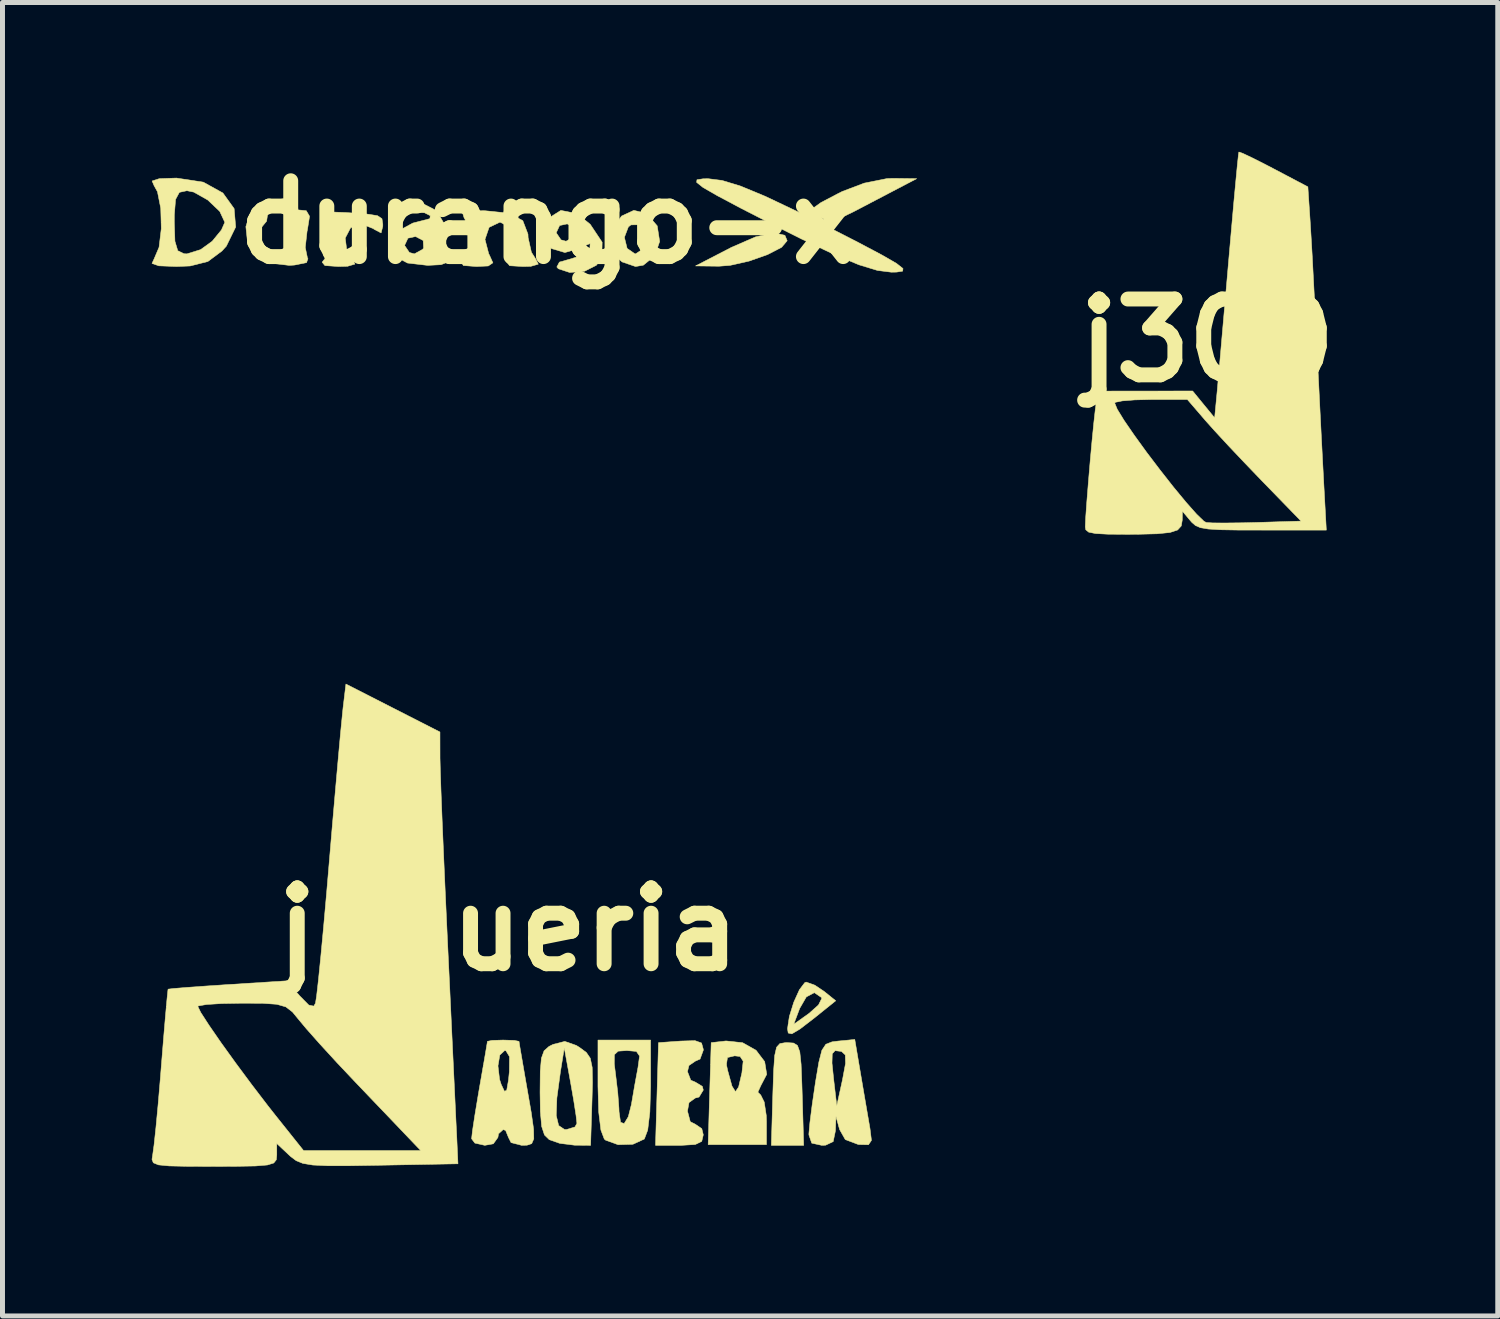
<source format=kicad_pcb>
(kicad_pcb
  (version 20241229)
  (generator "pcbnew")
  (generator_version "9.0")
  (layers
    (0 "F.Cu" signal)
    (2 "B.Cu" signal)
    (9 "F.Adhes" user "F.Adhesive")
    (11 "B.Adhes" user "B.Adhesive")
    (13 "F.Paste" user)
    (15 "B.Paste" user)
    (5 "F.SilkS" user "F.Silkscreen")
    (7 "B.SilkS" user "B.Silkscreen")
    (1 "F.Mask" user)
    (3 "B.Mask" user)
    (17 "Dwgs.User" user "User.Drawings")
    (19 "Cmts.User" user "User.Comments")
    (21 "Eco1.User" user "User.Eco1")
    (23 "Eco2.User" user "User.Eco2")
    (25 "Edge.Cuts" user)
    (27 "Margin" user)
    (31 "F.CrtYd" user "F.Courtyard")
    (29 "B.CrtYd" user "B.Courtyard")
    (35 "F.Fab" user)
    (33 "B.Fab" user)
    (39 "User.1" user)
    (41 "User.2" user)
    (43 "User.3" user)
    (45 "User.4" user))
  (footprint "durango-x"
    (layer "F.Cu")
    (at 7.946 1.418)
    (property "Reference" "durango-x" (at 0 0 0) (layer "F.SilkS") (effects (font (size 1.524 1.524) (thickness 0.3))))
    (attr through_hole)
    (fp_poly (pts (xy 4.781 0.262) (xy 4.826 0.371) (xy 4.714 0.503) (xy 4.432 0.649) (xy 4.06 0.78) (xy 3.678 0.866) (xy 3.456 0.883) (xy 2.985 0.877) (xy 3.708 0.503) (xy 4.191 0.293) (xy 4.562 0.212) (xy 4.781 0.262)) (stroke (width 0.01) (type solid)) (fill yes) (layer "F.SilkS"))
    (fp_poly (pts (xy 7.429 -0.877) (xy 6.604 -0.445) (xy 6.157 -0.211) (xy 5.878 -0.077) (xy 5.711 -0.027) (xy 5.599 -0.043) (xy 5.483 -0.11) (xy 5.465 -0.122) (xy 5.35 -0.208) (xy 5.352 -0.287) (xy 5.504 -0.396) (xy 5.843 -0.574) (xy 5.932 -0.619) (xy 6.375 -0.787) (xy 6.829 -0.878) (xy 6.948 -0.883) (xy 7.429 -0.877)) (stroke (width 0.01) (type solid)) (fill yes) (layer "F.SilkS"))
    (fp_poly (pts (xy 3.518 -0.841) (xy 3.889 -0.728) (xy 4.386 -0.522) (xy 5.045 -0.209) (xy 5.588 0.064) (xy 6.264 0.41) (xy 6.735 0.66) (xy 7.024 0.827) (xy 7.154 0.93) (xy 7.147 0.982) (xy 7.026 1.001) (xy 6.921 1.003) (xy 6.642 0.968) (xy 6.271 0.855) (xy 5.774 0.649) (xy 5.115 0.336) (xy 4.572 0.064) (xy 3.896 -0.283) (xy 3.425 -0.533) (xy 3.135 -0.7) (xy 3.006 -0.803) (xy 3.013 -0.855) (xy 3.134 -0.874) (xy 3.239 -0.876) (xy 3.518 -0.841)) (stroke (width 0.01) (type solid)) (fill yes) (layer "F.SilkS"))
    (fp_poly (pts (xy -4.047 -0.196) (xy -3.631 -0.167) (xy -3.409 -0.133) (xy -3.319 -0.073) (xy -3.302 0.036) (xy -3.302 0.079) (xy -3.336 0.214) (xy -3.476 0.141) (xy -3.491 0.128) (xy -3.745 0.026) (xy -3.949 0.111) (xy -4.057 0.317) (xy -4.024 0.577) (xy -3.912 0.737) (xy -3.861 0.84) (xy -4.01 0.884) (xy -4.191 0.889) (xy -4.465 0.87) (xy -4.521 0.802) (xy -4.47 0.737) (xy -4.336 0.453) (xy -4.348 0.115) (xy -4.46 -0.091) (xy -4.483 -0.177) (xy -4.301 -0.206) (xy -4.047 -0.196)) (stroke (width 0.01) (type solid)) (fill yes) (layer "F.SilkS"))
    (fp_poly (pts (xy 2 -0.177) (xy 2.214 0.072) (xy 2.263 0.385) (xy 2.164 0.676) (xy 1.935 0.862) (xy 1.778 0.889) (xy 1.509 0.797) (xy 1.403 0.705) (xy 1.282 0.414) (xy 1.299 0.302) (xy 1.554 0.302) (xy 1.609 0.525) (xy 1.768 0.635) (xy 1.778 0.635) (xy 1.935 0.533) (xy 1.989 0.436) (xy 1.995 0.201) (xy 1.868 0.049) (xy 1.686 0.052) (xy 1.634 0.093) (xy 1.554 0.302) (xy 1.299 0.302) (xy 1.328 0.115) (xy 1.497 -0.125) (xy 1.744 -0.24) (xy 2 -0.177)) (stroke (width 0.01) (type solid)) (fill yes) (layer "F.SilkS"))
    (fp_poly (pts (xy -4.84 -0.233) (xy -4.774 -0.121) (xy -4.818 0.157) (xy -4.824 0.181) (xy -4.86 0.505) (xy -4.816 0.719) (xy -4.806 0.731) (xy -4.835 0.811) (xy -5.08 0.86) (xy -5.184 0.866) (xy -5.654 0.809) (xy -5.877 0.665) (xy -6.022 0.392) (xy -6.054 0.088) (xy -5.978 -0.157) (xy -5.81 -0.254) (xy -5.613 -0.192) (xy -5.637 -0.023) (xy -5.741 0.103) (xy -5.793 0.291) (xy -5.678 0.483) (xy -5.467 0.602) (xy -5.28 0.593) (xy -5.113 0.415) (xy -5.099 0.141) (xy -5.232 -0.102) (xy -5.292 -0.213) (xy -5.139 -0.252) (xy -5.055 -0.254) (xy -4.84 -0.233)) (stroke (width 0.01) (type solid)) (fill yes) (layer "F.SilkS"))
    (fp_poly (pts (xy -0.768 -0.183) (xy -0.488 -0.033) (xy -0.384 0.238) (xy -0.381 0.308) (xy -0.315 0.602) (xy -0.229 0.737) (xy -0.176 0.842) (xy -0.326 0.885) (xy -0.484 0.889) (xy -0.752 0.873) (xy -0.815 0.795) (xy -0.743 0.652) (xy -0.657 0.36) (xy -0.732 0.112) (xy -0.937 0.000382) (xy -0.953 0) (xy -1.165 0.101) (xy -1.248 0.344) (xy -1.172 0.636) (xy -1.162 0.652) (xy -1.089 0.814) (xy -1.182 0.878) (xy -1.421 0.889) (xy -1.683 0.869) (xy -1.725 0.797) (xy -1.676 0.737) (xy -1.541 0.451) (xy -1.556 0.112) (xy -1.669 -0.094) (xy -1.697 -0.185) (xy -1.525 -0.227) (xy -1.256 -0.233) (xy -0.768 -0.183)) (stroke (width 0.01) (type solid)) (fill yes) (layer "F.SilkS"))
    (fp_poly (pts (xy 0.602 -0.173) (xy 0.867 0.04) (xy 1.107 0.4) (xy 1.1 0.71) (xy 0.991 0.864) (xy 0.752 0.984) (xy 0.455 1.009) (xy 0.227 0.934) (xy 0.196 0.898) (xy 0.248 0.8) (xy 0.464 0.739) (xy 0.736 0.653) (xy 0.861 0.53) (xy 0.865 0.427) (xy 0.724 0.483) (xy 0.666 0.518) (xy 0.359 0.608) (xy 0.092 0.529) (xy -0.075 0.335) (xy -0.079 0.211) (xy 0.184 0.211) (xy 0.28 0.353) (xy 0.381 0.381) (xy 0.547 0.29) (xy 0.566 0.263) (xy 0.558 0.112) (xy 0.405 0.032) (xy 0.252 0.065) (xy 0.184 0.211) (xy -0.079 0.211) (xy -0.082 0.079) (xy 0.001 -0.065) (xy 0.278 -0.239) (xy 0.602 -0.173)) (stroke (width 0.01) (type solid)) (fill yes) (layer "F.SilkS"))
    (fp_poly (pts (xy -2.222 -0.234) (xy -2.079 0.011) (xy -2.095 0.254) (xy -2.105 0.541) (xy -2.039 0.69) (xy -1.995 0.8) (xy -2.131 0.852) (xy -2.401 0.866) (xy -2.805 0.819) (xy -3.06 0.684) (xy -3.064 0.68) (xy -3.134 0.465) (xy -2.864 0.465) (xy -2.768 0.607) (xy -2.667 0.635) (xy -2.501 0.544) (xy -2.482 0.517) (xy -2.49 0.366) (xy -2.643 0.286) (xy -2.796 0.319) (xy -2.864 0.465) (xy -3.134 0.465) (xy -3.147 0.426) (xy -3.014 0.187) (xy -2.699 0.016) (xy -2.59 -0.012) (xy -2.355 -0.073) (xy -2.348 -0.133) (xy -2.462 -0.191) (xy -2.79 -0.206) (xy -2.97 -0.127) (xy -3.151 -0.022) (xy -3.145 -0.069) (xy -3.064 -0.17) (xy -2.788 -0.357) (xy -2.483 -0.368) (xy -2.222 -0.234)) (stroke (width 0.01) (type solid)) (fill yes) (layer "F.SilkS"))
    (fp_poly (pts (xy -6.91 -0.807) (xy -6.516 -0.589) (xy -6.29 -0.275) (xy -6.259 0.095) (xy -6.447 0.48) (xy -6.535 0.577) (xy -6.818 0.788) (xy -7.174 0.878) (xy -7.449 0.889) (xy -7.804 0.875) (xy -7.941 0.827) (xy -7.899 0.737) (xy -7.799 0.502) (xy -7.754 0.127) (xy -7.757 0) (xy -7.493 0) (xy -7.48 0.381) (xy -7.423 0.571) (xy -7.298 0.632) (xy -7.239 0.635) (xy -6.963 0.549) (xy -6.731 0.381) (xy -6.545 0.154) (xy -6.477 0) (xy -6.579 -0.219) (xy -6.82 -0.448) (xy -7.102 -0.607) (xy -7.239 -0.635) (xy -7.391 -0.602) (xy -7.467 -0.46) (xy -7.492 -0.147) (xy -7.493 0) (xy -7.757 0) (xy -7.765 -0.281) (xy -7.831 -0.614) (xy -7.899 -0.737) (xy -7.939 -0.83) (xy -7.794 -0.877) (xy -7.449 -0.889) (xy -6.91 -0.807)) (stroke (width 0.01) (type solid)) (fill yes) (layer "F.SilkS")))
  (footprint "j300"
    (layer "F.Cu")
    (at 21.218 3.795)
    (property "Reference" "j300" (at 0 0 0) (layer "F.SilkS") (effects (font (size 1.524 1.524) (thickness 0.3))))
    (attr through_hole)
    (fp_poly (pts (xy 0.711 -3.763) (xy 0.903 -3.672) (xy 1.176 -3.534) (xy 1.335 -3.451) (xy 2.02 -3.09) (xy 2.065 -2.413) (xy 2.083 -2.118) (xy 2.108 -1.693) (xy 2.135 -1.174) (xy 2.165 -0.6) (xy 2.194 -0.01) (xy 2.199 0.085) (xy 2.229 0.699) (xy 2.26 1.326) (xy 2.29 1.921) (xy 2.317 2.439) (xy 2.338 2.836) (xy 2.339 2.857) (xy 2.391 3.81) (xy 1.103 3.81) (xy 0.609 3.809) (xy 0.256 3.803) (xy 0.015 3.788) (xy -0.141 3.761) (xy -0.241 3.717) (xy -0.313 3.654) (xy -0.343 3.619) (xy -0.502 3.429) (xy -0.505 3.61) (xy -0.525 3.727) (xy -0.599 3.808) (xy -0.752 3.858) (xy -1.011 3.884) (xy -1.402 3.894) (xy -1.616 3.895) (xy -2.002 3.892) (xy -2.248 3.879) (xy -2.386 3.851) (xy -2.444 3.803) (xy -2.454 3.747) (xy -2.446 3.562) (xy -2.424 3.253) (xy -2.393 2.864) (xy -2.357 2.438) (xy -2.319 2.022) (xy -2.283 1.657) (xy -2.253 1.389) (xy -2.24 1.291) (xy -2.234 1.255) (xy -1.863 1.255) (xy -1.812 1.38) (xy -1.674 1.605) (xy -1.47 1.902) (xy -1.223 2.243) (xy -0.952 2.6) (xy -0.68 2.946) (xy -0.428 3.251) (xy -0.217 3.489) (xy -0.07 3.631) (xy -0.023 3.657) (xy 0.111 3.666) (xy 0.373 3.667) (xy 0.72 3.663) (xy 0.994 3.656) (xy 1.883 3.629) (xy 1.087 2.81) (xy 0.754 2.463) (xy 0.429 2.12) (xy 0.149 1.817) (xy -0.05 1.595) (xy -0.056 1.587) (xy -0.402 1.185) (xy -1.133 1.185) (xy -1.46 1.193) (xy -1.712 1.213) (xy -1.849 1.241) (xy -1.863 1.255) (xy -2.234 1.255) (xy -2.194 1.016) (xy -1.245 1.015) (xy -0.296 1.014) (xy -0.075 1.284) (xy 0.146 1.553) (xy 0.198 1.009) (xy 0.219 0.771) (xy 0.253 0.396) (xy 0.295 -0.087) (xy 0.344 -0.645) (xy 0.397 -1.248) (xy 0.432 -1.651) (xy 0.483 -2.23) (xy 0.529 -2.751) (xy 0.57 -3.189) (xy 0.602 -3.524) (xy 0.624 -3.731) (xy 0.633 -3.79) (xy 0.711 -3.763)) (stroke (width 0.01) (type solid)) (fill yes) (layer "F.SilkS")))
  (footprint "jaqueria"
    (layer "F.Cu")
    (at 7.17 15.632)
    (property "Reference" "jaqueria" (at 0 0 0) (layer "F.SilkS") (effects (font (size 1.524 1.524) (thickness 0.3))))
    (attr through_hole)
    (fp_poly (pts (xy 5.731 2.283) (xy 5.809 2.332) (xy 5.856 2.461) (xy 5.882 2.709) (xy 5.898 3.116) (xy 5.904 3.307) (xy 5.934 4.339) (xy 5.284 4.339) (xy 5.314 3.307) (xy 5.33 2.834) (xy 5.351 2.534) (xy 5.389 2.367) (xy 5.455 2.294) (xy 5.56 2.276) (xy 5.609 2.275) (xy 5.731 2.283)) (stroke (width 0.01) (type solid)) (fill yes) (layer "F.SilkS"))
    (fp_poly (pts (xy 6.158 1.12) (xy 6.346 1.246) (xy 6.578 1.433) (xy 6.153 1.775) (xy 5.861 2) (xy 5.696 2.098) (xy 5.623 2.082) (xy 5.609 1.997) (xy 5.622 1.907) (xy 5.733 1.907) (xy 6.043 1.686) (xy 6.231 1.518) (xy 6.298 1.385) (xy 6.292 1.368) (xy 6.148 1.27) (xy 5.987 1.356) (xy 5.853 1.588) (xy 5.733 1.907) (xy 5.622 1.907) (xy 5.646 1.748) (xy 5.735 1.462) (xy 5.849 1.21) (xy 5.956 1.069) (xy 5.985 1.058) (xy 6.158 1.12)) (stroke (width 0.01) (type solid)) (fill yes) (layer "F.SilkS"))
    (fp_poly (pts (xy 3.881 2.282) (xy 3.916 2.408) (xy 3.916 2.428) (xy 3.851 2.605) (xy 3.757 2.646) (xy 3.628 2.734) (xy 3.598 2.857) (xy 3.665 3.03) (xy 3.757 3.069) (xy 3.897 3.154) (xy 3.916 3.228) (xy 3.831 3.368) (xy 3.757 3.387) (xy 3.629 3.479) (xy 3.598 3.651) (xy 3.654 3.864) (xy 3.757 3.916) (xy 3.886 4.004) (xy 3.916 4.128) (xy 3.885 4.259) (xy 3.756 4.322) (xy 3.477 4.339) (xy 3.436 4.339) (xy 2.956 4.339) (xy 3.016 2.275) (xy 3.466 2.243) (xy 3.75 2.235) (xy 3.881 2.282)) (stroke (width 0.01) (type solid)) (fill yes) (layer "F.SilkS"))
    (fp_poly (pts (xy 4.706 2.276) (xy 4.977 2.429) (xy 5.15 2.657) (xy 5.191 2.912) (xy 5.071 3.142) (xy 5.013 3.27) (xy 5.071 3.328) (xy 5.141 3.469) (xy 5.182 3.739) (xy 5.186 3.862) (xy 5.186 4.324) (xy 4.014 4.324) (xy 4.044 3.3) (xy 4.062 2.715) (xy 4.381 2.715) (xy 4.405 2.831) (xy 4.493 3.149) (xy 4.563 3.26) (xy 4.626 3.166) (xy 4.692 2.884) (xy 4.718 2.648) (xy 4.656 2.553) (xy 4.546 2.54) (xy 4.402 2.574) (xy 4.381 2.715) (xy 4.062 2.715) (xy 4.075 2.275) (xy 4.372 2.241) (xy 4.706 2.276)) (stroke (width 0.01) (type solid)) (fill yes) (layer "F.SilkS"))
    (fp_poly (pts (xy 2.857 3.154) (xy 2.842 3.67) (xy 2.799 4.032) (xy 2.731 4.212) (xy 2.731 4.212) (xy 2.501 4.318) (xy 2.203 4.326) (xy 1.954 4.236) (xy 1.926 4.212) (xy 1.858 4.032) (xy 1.814 3.67) (xy 1.799 3.154) (xy 1.799 2.704) (xy 2.127 2.704) (xy 2.155 2.925) (xy 2.197 3.281) (xy 2.22 3.588) (xy 2.223 3.666) (xy 2.253 3.875) (xy 2.325 3.902) (xy 2.409 3.764) (xy 2.471 3.519) (xy 2.535 3.144) (xy 2.601 2.787) (xy 2.603 2.778) (xy 2.635 2.544) (xy 2.571 2.451) (xy 2.38 2.434) (xy 2.205 2.446) (xy 2.129 2.517) (xy 2.127 2.704) (xy 1.799 2.704) (xy 1.799 2.223) (xy 2.857 2.223) (xy 2.857 3.154)) (stroke (width 0.01) (type solid)) (fill yes) (layer "F.SilkS"))
    (fp_poly (pts (xy 1.364 2.331) (xy 1.431 2.373) (xy 1.566 2.473) (xy 1.645 2.589) (xy 1.683 2.773) (xy 1.689 3.075) (xy 1.679 3.447) (xy 1.651 4.339) (xy 1.328 4.336) (xy 1.031 4.299) (xy 0.82 4.225) (xy 0.724 4.131) (xy 0.667 3.958) (xy 0.648 3.739) (xy 0.96 3.739) (xy 1.009 3.941) (xy 1.124 4.019) (xy 1.164 4.022) (xy 1.336 3.97) (xy 1.376 3.898) (xy 1.358 3.736) (xy 1.311 3.433) (xy 1.249 3.078) (xy 1.122 2.381) (xy 1.045 2.857) (xy 0.973 3.387) (xy 0.96 3.739) (xy 0.648 3.739) (xy 0.641 3.659) (xy 0.635 3.273) (xy 0.639 2.85) (xy 0.662 2.588) (xy 0.716 2.439) (xy 0.814 2.352) (xy 0.895 2.311) (xy 1.133 2.25) (xy 1.364 2.331)) (stroke (width 0.01) (type solid)) (fill yes) (layer "F.SilkS"))
    (fp_poly (pts (xy 7.083 2.931) (xy 7.156 3.359) (xy 7.224 3.755) (xy 7.267 4.004) (xy 7.296 4.24) (xy 7.236 4.327) (xy 7.045 4.323) (xy 7.029 4.321) (xy 6.77 4.223) (xy 6.656 4.022) (xy 6.583 3.757) (xy 6.572 4.048) (xy 6.527 4.264) (xy 6.375 4.336) (xy 6.297 4.339) (xy 6.096 4.295) (xy 6.039 4.13) (xy 6.039 4.101) (xy 6.059 3.882) (xy 6.104 3.527) (xy 6.165 3.11) (xy 6.171 3.069) (xy 6.236 2.686) (xy 6.503 2.686) (xy 6.537 3.016) (xy 6.599 3.545) (xy 6.715 3.016) (xy 6.775 2.693) (xy 6.77 2.522) (xy 6.697 2.454) (xy 6.688 2.451) (xy 6.565 2.436) (xy 6.508 2.499) (xy 6.503 2.686) (xy 6.236 2.686) (xy 6.239 2.667) (xy 6.3 2.428) (xy 6.38 2.307) (xy 6.504 2.259) (xy 6.629 2.243) (xy 6.961 2.211) (xy 7.083 2.931)) (stroke (width 0.01) (type solid)) (fill yes) (layer "F.SilkS"))
    (fp_poly (pts (xy 0.117 2.23) (xy 0.212 2.249) (xy 0.212 2.249) (xy 0.229 2.358) (xy 0.275 2.626) (xy 0.34 3.003) (xy 0.37 3.175) (xy 0.458 3.68) (xy 0.505 4.013) (xy 0.509 4.209) (xy 0.467 4.305) (xy 0.374 4.336) (xy 0.265 4.339) (xy 0.052 4.284) (xy 0 4.18) (xy -0.057 4.04) (xy -0.106 4.022) (xy -0.2 4.107) (xy -0.212 4.18) (xy -0.304 4.308) (xy -0.476 4.339) (xy -0.675 4.294) (xy -0.741 4.207) (xy -0.723 4.047) (xy -0.676 3.737) (xy -0.609 3.332) (xy -0.582 3.175) (xy -0.511 2.767) (xy -0.506 2.742) (xy -0.211 2.742) (xy -0.179 3.013) (xy -0.147 3.113) (xy -0.08 3.254) (xy -0.035 3.231) (xy 0.001 3.026) (xy 0.018 2.857) (xy 0.021 2.557) (xy -0.051 2.438) (xy -0.077 2.434) (xy -0.174 2.524) (xy -0.211 2.742) (xy -0.506 2.742) (xy -0.456 2.449) (xy -0.426 2.27) (xy -0.423 2.249) (xy -0.331 2.23) (xy -0.109 2.223) (xy -0.106 2.223) (xy 0.117 2.23)) (stroke (width 0.01) (type solid)) (fill yes) (layer "F.SilkS"))
    (fp_poly (pts (xy -2.322 -4.451) (xy -1.377 -3.969) (xy -1.376 -3.44) (xy -1.37 -3.202) (xy -1.356 -2.784) (xy -1.334 -2.216) (xy -1.305 -1.531) (xy -1.271 -0.759) (xy -1.233 0.068) (xy -1.219 0.37) (xy -1.179 1.21) (xy -1.142 2.006) (xy -1.108 2.725) (xy -1.079 3.338) (xy -1.057 3.813) (xy -1.042 4.118) (xy -1.039 4.18) (xy -1.015 4.71) (xy -2.588 4.739) (xy -3.199 4.749) (xy -3.635 4.749) (xy -3.934 4.735) (xy -4.132 4.702) (xy -4.266 4.648) (xy -4.374 4.567) (xy -4.409 4.535) (xy -4.657 4.302) (xy -4.657 4.532) (xy -4.666 4.629) (xy -4.717 4.694) (xy -4.844 4.734) (xy -5.084 4.754) (xy -5.471 4.761) (xy -5.929 4.763) (xy -6.464 4.761) (xy -6.821 4.753) (xy -7.035 4.732) (xy -7.138 4.69) (xy -7.165 4.622) (xy -7.15 4.524) (xy -7.124 4.336) (xy -7.086 3.982) (xy -7.041 3.507) (xy -6.994 2.956) (xy -6.978 2.752) (xy -6.934 2.208) (xy -6.895 1.747) (xy -6.877 1.548) (xy -6.244 1.548) (xy -6.184 1.67) (xy -6.019 1.925) (xy -5.777 2.276) (xy -5.481 2.687) (xy -5.158 3.122) (xy -4.833 3.547) (xy -4.688 3.731) (xy -4.118 4.445) (xy -1.762 4.445) (xy -1.99 4.207) (xy -2.153 4.036) (xy -2.423 3.753) (xy -2.761 3.4) (xy -3.077 3.069) (xy -3.448 2.676) (xy -3.79 2.303) (xy -4.062 1.996) (xy -4.204 1.826) (xy -4.342 1.658) (xy -4.475 1.556) (xy -4.657 1.504) (xy -4.944 1.484) (xy -5.357 1.482) (xy -5.761 1.489) (xy -6.068 1.508) (xy -6.231 1.536) (xy -6.244 1.548) (xy -6.877 1.548) (xy -6.864 1.405) (xy -6.845 1.221) (xy -6.841 1.2) (xy -6.736 1.187) (xy -6.463 1.165) (xy -6.065 1.136) (xy -5.641 1.108) (xy -4.457 1.033) (xy -4.194 1.337) (xy -4.013 1.52) (xy -3.913 1.541) (xy -3.879 1.482) (xy -3.856 1.336) (xy -3.819 1.01) (xy -3.771 0.534) (xy -3.715 -0.062) (xy -3.654 -0.747) (xy -3.605 -1.323) (xy -3.541 -2.078) (xy -3.479 -2.79) (xy -3.423 -3.421) (xy -3.376 -3.938) (xy -3.34 -4.303) (xy -3.325 -4.451) (xy -3.267 -4.933) (xy -2.322 -4.451)) (stroke (width 0.01) (type solid)) (fill yes) (layer "F.SilkS")))
  (gr_rect
    (start -3 -3)
    (end 27.055 23.4)
    (stroke (width 0.1) (type default))
    (fill no)
    (layer "Edge.Cuts")))
</source>
